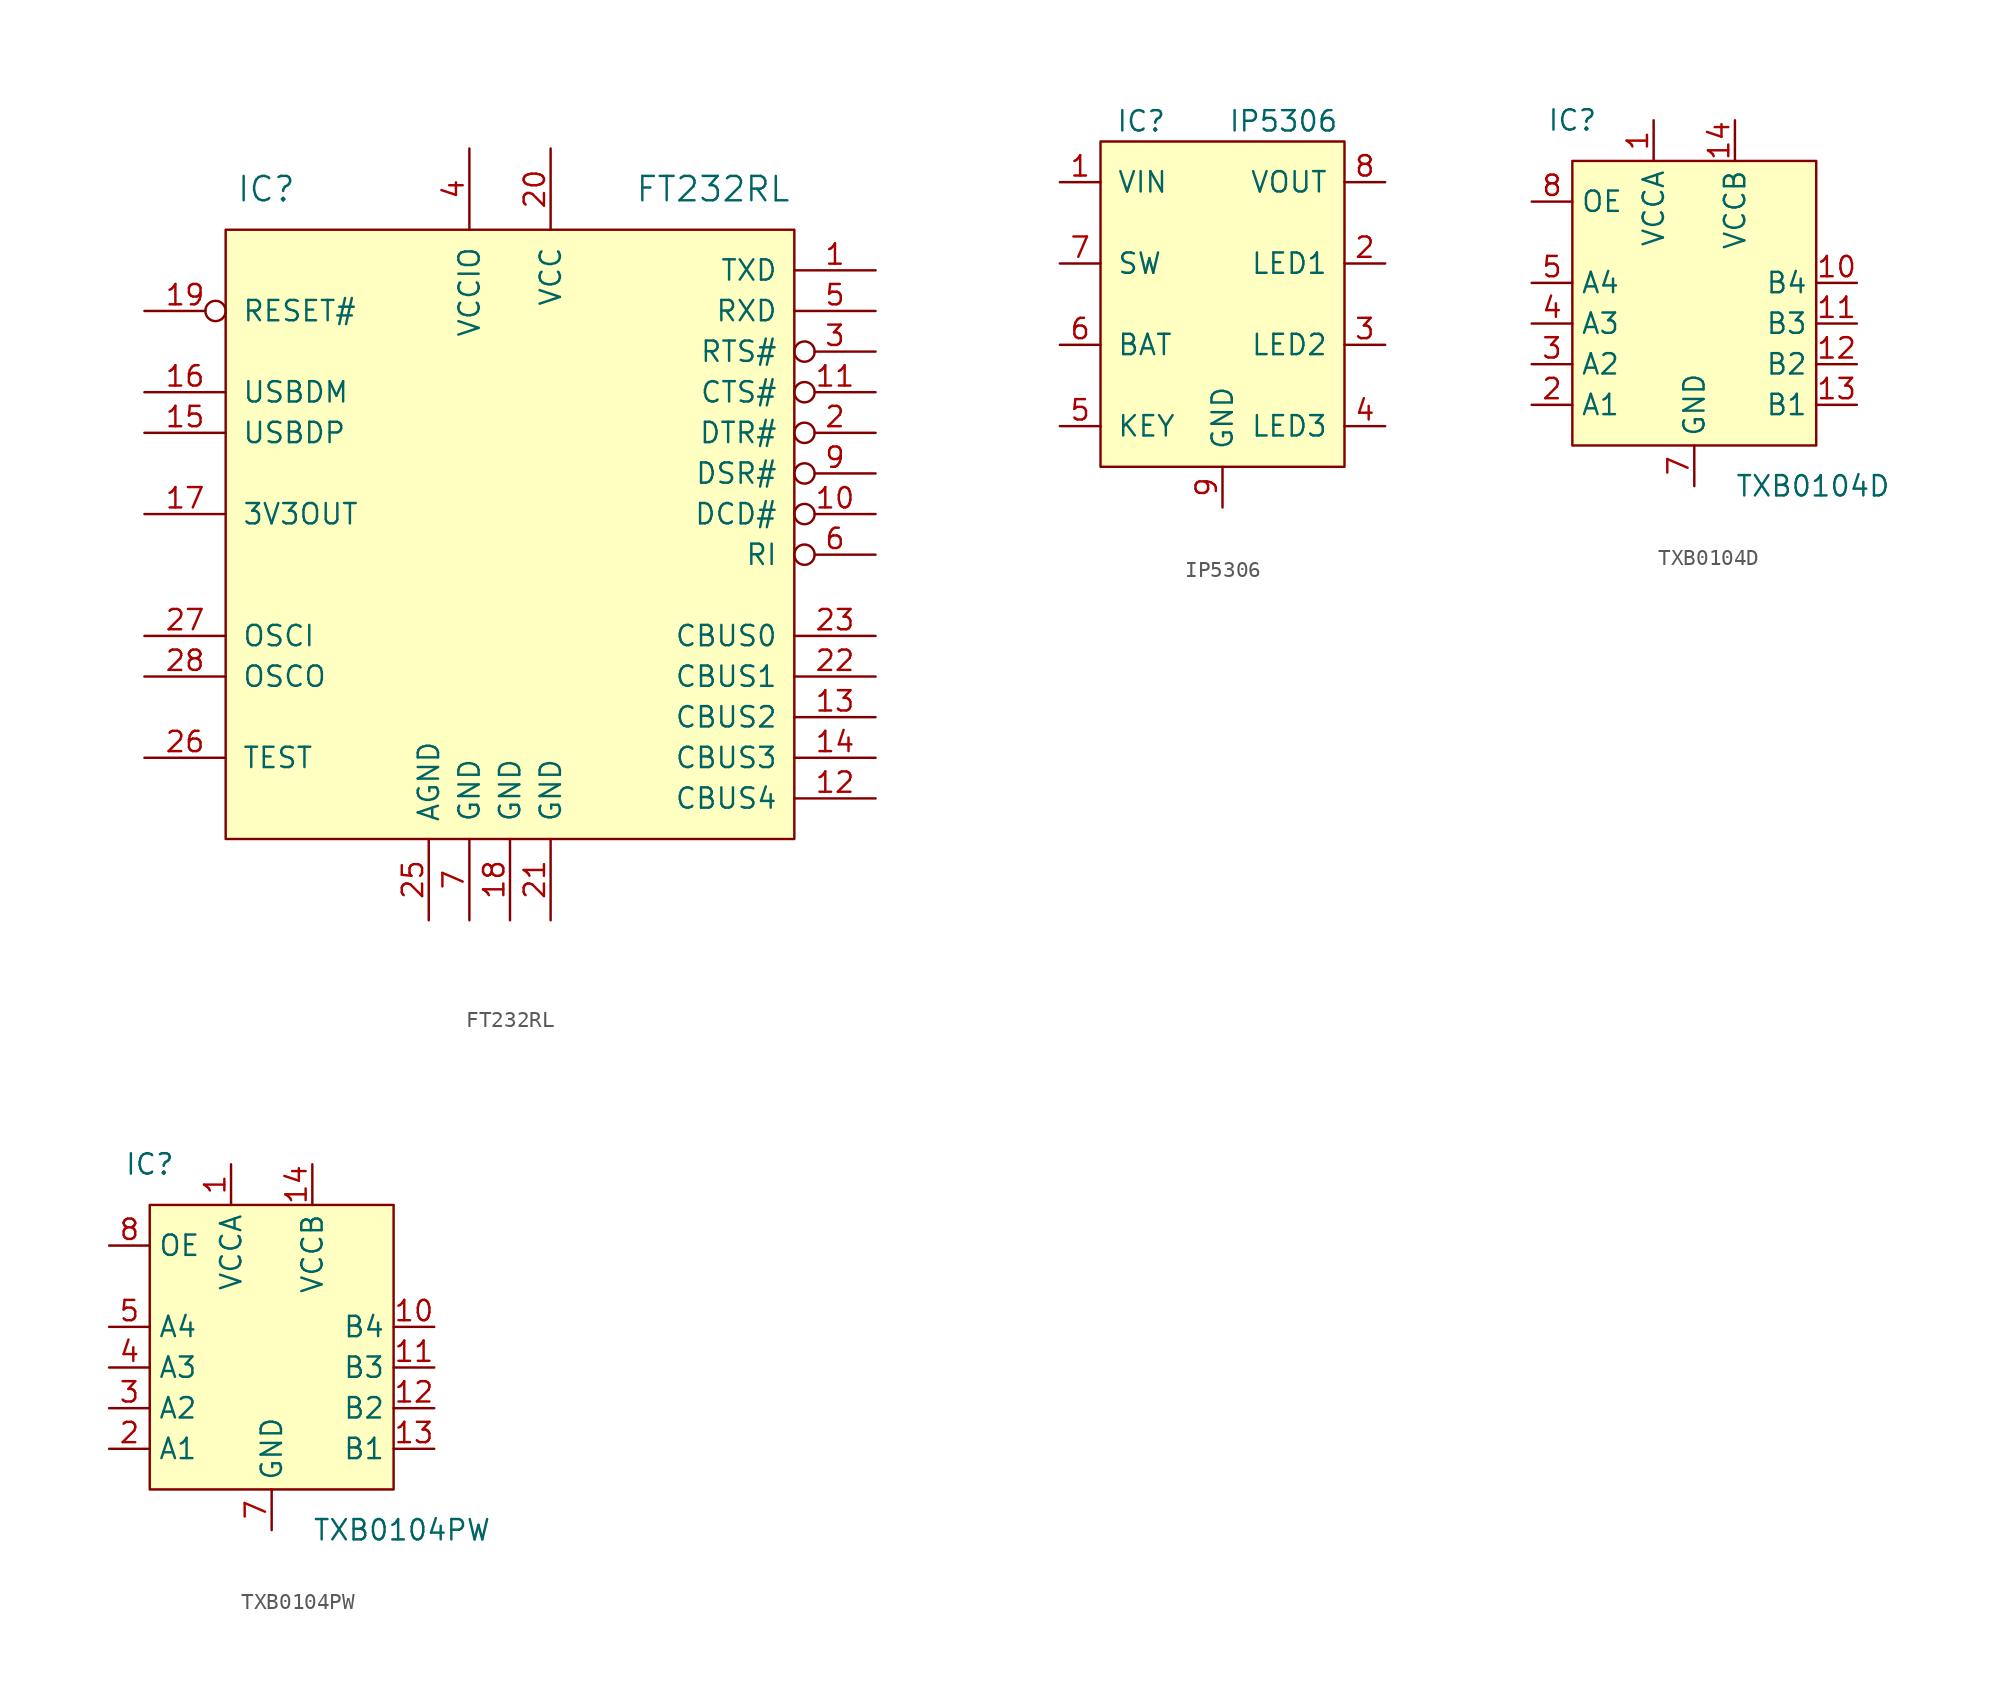
<source format=kicad_sym>
(kicad_symbol_lib
  (version 20220914)
  (generator kicad_symbol_editor)
  (symbol "FT232RL"
    (pin_names
      (offset 1.016))
    (property "Reference" "IC"
      (at -15.24 20.32 0)
      (effects (font (size 1.524 1.524))))
    (property "Value" "FT232RL"
      (at 12.7 20.32 0)
      (effects (font (size 1.524 1.524))))
    (symbol "FT232RL_0_1"
      (rectangle (start -17.78 17.78) (end 17.78 -20.32) (stroke (width 0.152) (type default)) (fill (type background))))
    (symbol "FT232RL_1_1"
      (pin output line (at 22.86 15.24 180) (length 5.08) (name "TXD" (effects (font (size 1.27 1.27)))) (number "1" (effects (font (size 1.27 1.27)))))
      (pin input inverted (at 22.86 0 180) (length 5.08) (name "DCD#" (effects (font (size 1.27 1.27)))) (number "10" (effects (font (size 1.27 1.27)))))
      (pin input inverted (at 22.86 7.62 180) (length 5.08) (name "CTS#" (effects (font (size 1.27 1.27)))) (number "11" (effects (font (size 1.27 1.27)))))
      (pin bidirectional line (at 22.86 -17.78 180) (length 5.08) (name "CBUS4" (effects (font (size 1.27 1.27)))) (number "12" (effects (font (size 1.27 1.27)))))
      (pin bidirectional line (at 22.86 -12.7 180) (length 5.08) (name "CBUS2" (effects (font (size 1.27 1.27)))) (number "13" (effects (font (size 1.27 1.27)))))
      (pin bidirectional line (at 22.86 -15.24 180) (length 5.08) (name "CBUS3" (effects (font (size 1.27 1.27)))) (number "14" (effects (font (size 1.27 1.27)))))
      (pin bidirectional line (at -22.86 5.08 0) (length 5.08) (name "USBDP" (effects (font (size 1.27 1.27)))) (number "15" (effects (font (size 1.27 1.27)))))
      (pin bidirectional line (at -22.86 7.62 0) (length 5.08) (name "USBDM" (effects (font (size 1.27 1.27)))) (number "16" (effects (font (size 1.27 1.27)))))
      (pin power_out line (at -22.86 0 0) (length 5.08) (name "3V3OUT" (effects (font (size 1.27 1.27)))) (number "17" (effects (font (size 1.27 1.27)))))
      (pin power_in line (at 0 -25.4 90) (length 5.08) (name "GND" (effects (font (size 1.27 1.27)))) (number "18" (effects (font (size 1.27 1.27)))))
      (pin input inverted (at -22.86 12.7 0) (length 5.08) (name "RESET#" (effects (font (size 1.27 1.27)))) (number "19" (effects (font (size 1.27 1.27)))))
      (pin output inverted (at 22.86 5.08 180) (length 5.08) (name "DTR#" (effects (font (size 1.27 1.27)))) (number "2" (effects (font (size 1.27 1.27)))))
      (pin power_in line (at 2.54 22.86 270) (length 5.08) (name "VCC" (effects (font (size 1.27 1.27)))) (number "20" (effects (font (size 1.27 1.27)))))
      (pin power_in line (at 2.54 -25.4 90) (length 5.08) (name "GND" (effects (font (size 1.27 1.27)))) (number "21" (effects (font (size 1.27 1.27)))))
      (pin bidirectional line (at 22.86 -10.16 180) (length 5.08) (name "CBUS1" (effects (font (size 1.27 1.27)))) (number "22" (effects (font (size 1.27 1.27)))))
      (pin bidirectional line (at 22.86 -7.62 180) (length 5.08) (name "CBUS0" (effects (font (size 1.27 1.27)))) (number "23" (effects (font (size 1.27 1.27)))))
      (pin power_in line (at -5.08 -25.4 90) (length 5.08) (name "AGND" (effects (font (size 1.27 1.27)))) (number "25" (effects (font (size 1.27 1.27)))))
      (pin input line (at -22.86 -15.24 0) (length 5.08) (name "TEST" (effects (font (size 1.27 1.27)))) (number "26" (effects (font (size 1.27 1.27)))))
      (pin input line (at -22.86 -7.62 0) (length 5.08) (name "OSCI" (effects (font (size 1.27 1.27)))) (number "27" (effects (font (size 1.27 1.27)))))
      (pin output line (at -22.86 -10.16 0) (length 5.08) (name "OSCO" (effects (font (size 1.27 1.27)))) (number "28" (effects (font (size 1.27 1.27)))))
      (pin output inverted (at 22.86 10.16 180) (length 5.08) (name "RTS#" (effects (font (size 1.27 1.27)))) (number "3" (effects (font (size 1.27 1.27)))))
      (pin power_in line (at -2.54 22.86 270) (length 5.08) (name "VCCIO" (effects (font (size 1.27 1.27)))) (number "4" (effects (font (size 1.27 1.27)))))
      (pin input line (at 22.86 12.7 180) (length 5.08) (name "RXD" (effects (font (size 1.27 1.27)))) (number "5" (effects (font (size 1.27 1.27)))))
      (pin input inverted (at 22.86 -2.54 180) (length 5.08) (name "RI" (effects (font (size 1.27 1.27)))) (number "6" (effects (font (size 1.27 1.27)))))
      (pin power_in line (at -2.54 -25.4 90) (length 5.08) (name "GND" (effects (font (size 1.27 1.27)))) (number "7" (effects (font (size 1.27 1.27)))))
      (pin input inverted (at 22.86 2.54 180) (length 5.08) (name "DSR#" (effects (font (size 1.27 1.27)))) (number "9" (effects (font (size 1.27 1.27)))))))
  (symbol "IP5306"
    (pin_names
      (offset 1.016))
    (property "Reference" "IC"
      (at -5.08 11.43 0)
      (effects (font (size 1.27 1.27))))
    (property "Value" "IP5306"
      (at 3.81 11.43 0)
      (effects (font (size 1.27 1.27))))
    (symbol "IP5306_0_1"
      (rectangle (start -7.62 10.16) (end 7.62 -10.16) (stroke (width 0.152) (type default)) (fill (type background))))
    (symbol "IP5306_1_1"
      (pin power_in line (at -10.16 7.62 0) (length 2.54) (name "VIN" (effects (font (size 1.27 1.27)))) (number "1" (effects (font (size 1.27 1.27)))))
      (pin output line (at 10.16 2.54 180) (length 2.54) (name "LED1" (effects (font (size 1.27 1.27)))) (number "2" (effects (font (size 1.27 1.27)))))
      (pin output line (at 10.16 -2.54 180) (length 2.54) (name "LED2" (effects (font (size 1.27 1.27)))) (number "3" (effects (font (size 1.27 1.27)))))
      (pin output line (at 10.16 -7.62 180) (length 2.54) (name "LED3" (effects (font (size 1.27 1.27)))) (number "4" (effects (font (size 1.27 1.27)))))
      (pin input line (at -10.16 -7.62 0) (length 2.54) (name "KEY" (effects (font (size 1.27 1.27)))) (number "5" (effects (font (size 1.27 1.27)))))
      (pin input line (at -10.16 -2.54 0) (length 2.54) (name "BAT" (effects (font (size 1.27 1.27)))) (number "6" (effects (font (size 1.27 1.27)))))
      (pin output line (at -10.16 2.54 0) (length 2.54) (name "SW" (effects (font (size 1.27 1.27)))) (number "7" (effects (font (size 1.27 1.27)))))
      (pin power_out line (at 10.16 7.62 180) (length 2.54) (name "VOUT" (effects (font (size 1.27 1.27)))) (number "8" (effects (font (size 1.27 1.27)))))
      (pin power_out line (at 0 -12.7 90) (length 2.54) (name "GND" (effects (font (size 1.27 1.27)))) (number "9" (effects (font (size 1.27 1.27)))))))
  (symbol "TXB0104D"
    (property "Reference" "IC"
      (at -7.62 12.7 0)
      (effects (font (size 1.27 1.27))))
    (property "Value" "TXB0104D"
      (at 2.54 -10.16 0)
      (effects (font (size 1.27 1.27)) (justify left)))
    (symbol "TXB0104D_0_1"
      (rectangle (start -7.62 10.16) (end 7.62 -7.62) (stroke (width 0.152) (type default)) (fill (type background))))
    (symbol "TXB0104D_1_1"
      (pin power_in line (at -2.54 12.7 270) (length 2.54) (name "VCCA" (effects (font (size 1.27 1.27)))) (number "1" (effects (font (size 1.27 1.27)))))
      (pin bidirectional line (at 10.16 2.54 180) (length 2.54) (name "B4" (effects (font (size 1.27 1.27)))) (number "10" (effects (font (size 1.27 1.27)))))
      (pin bidirectional line (at 10.16 0 180) (length 2.54) (name "B3" (effects (font (size 1.27 1.27)))) (number "11" (effects (font (size 1.27 1.27)))))
      (pin bidirectional line (at 10.16 -2.54 180) (length 2.54) (name "B2" (effects (font (size 1.27 1.27)))) (number "12" (effects (font (size 1.27 1.27)))))
      (pin bidirectional line (at 10.16 -5.08 180) (length 2.54) (name "B1" (effects (font (size 1.27 1.27)))) (number "13" (effects (font (size 1.27 1.27)))))
      (pin power_in line (at 2.54 12.7 270) (length 2.54) (name "VCCB" (effects (font (size 1.27 1.27)))) (number "14" (effects (font (size 1.27 1.27)))))
      (pin bidirectional line (at -10.16 -5.08 0) (length 2.54) (name "A1" (effects (font (size 1.27 1.27)))) (number "2" (effects (font (size 1.27 1.27)))))
      (pin bidirectional line (at -10.16 -2.54 0) (length 2.54) (name "A2" (effects (font (size 1.27 1.27)))) (number "3" (effects (font (size 1.27 1.27)))))
      (pin bidirectional line (at -10.16 0 0) (length 2.54) (name "A3" (effects (font (size 1.27 1.27)))) (number "4" (effects (font (size 1.27 1.27)))))
      (pin bidirectional line (at -10.16 2.54 0) (length 2.54) (name "A4" (effects (font (size 1.27 1.27)))) (number "5" (effects (font (size 1.27 1.27)))))
      (pin power_in line (at 0 -10.16 90) (length 2.54) (name "GND" (effects (font (size 1.27 1.27)))) (number "7" (effects (font (size 1.27 1.27)))))
      (pin input line (at -10.16 7.62 0) (length 2.54) (name "OE" (effects (font (size 1.27 1.27)))) (number "8" (effects (font (size 1.27 1.27)))))))
  (symbol "TXB0104PW"
    (property "Reference" "IC"
      (at -7.62 12.7 0)
      (effects (font (size 1.27 1.27))))
    (property "Value" "TXB0104PW"
      (at 2.54 -10.16 0)
      (effects (font (size 1.27 1.27)) (justify left)))
    (symbol "TXB0104PW_0_1"
      (rectangle (start -7.62 10.16) (end 7.62 -7.62) (stroke (width 0.152) (type default)) (fill (type background))))
    (symbol "TXB0104PW_1_1"
      (pin power_in line (at -2.54 12.7 270) (length 2.54) (name "VCCA" (effects (font (size 1.27 1.27)))) (number "1" (effects (font (size 1.27 1.27)))))
      (pin bidirectional line (at 10.16 2.54 180) (length 2.54) (name "B4" (effects (font (size 1.27 1.27)))) (number "10" (effects (font (size 1.27 1.27)))))
      (pin bidirectional line (at 10.16 0 180) (length 2.54) (name "B3" (effects (font (size 1.27 1.27)))) (number "11" (effects (font (size 1.27 1.27)))))
      (pin bidirectional line (at 10.16 -2.54 180) (length 2.54) (name "B2" (effects (font (size 1.27 1.27)))) (number "12" (effects (font (size 1.27 1.27)))))
      (pin bidirectional line (at 10.16 -5.08 180) (length 2.54) (name "B1" (effects (font (size 1.27 1.27)))) (number "13" (effects (font (size 1.27 1.27)))))
      (pin power_in line (at 2.54 12.7 270) (length 2.54) (name "VCCB" (effects (font (size 1.27 1.27)))) (number "14" (effects (font (size 1.27 1.27)))))
      (pin bidirectional line (at -10.16 -5.08 0) (length 2.54) (name "A1" (effects (font (size 1.27 1.27)))) (number "2" (effects (font (size 1.27 1.27)))))
      (pin bidirectional line (at -10.16 -2.54 0) (length 2.54) (name "A2" (effects (font (size 1.27 1.27)))) (number "3" (effects (font (size 1.27 1.27)))))
      (pin bidirectional line (at -10.16 0 0) (length 2.54) (name "A3" (effects (font (size 1.27 1.27)))) (number "4" (effects (font (size 1.27 1.27)))))
      (pin bidirectional line (at -10.16 2.54 0) (length 2.54) (name "A4" (effects (font (size 1.27 1.27)))) (number "5" (effects (font (size 1.27 1.27)))))
      (pin power_in line (at 0 -10.16 90) (length 2.54) (name "GND" (effects (font (size 1.27 1.27)))) (number "7" (effects (font (size 1.27 1.27)))))
      (pin input line (at -10.16 7.62 0) (length 2.54) (name "OE" (effects (font (size 1.27 1.27)))) (number "8" (effects (font (size 1.27 1.27))))))))
</source>
